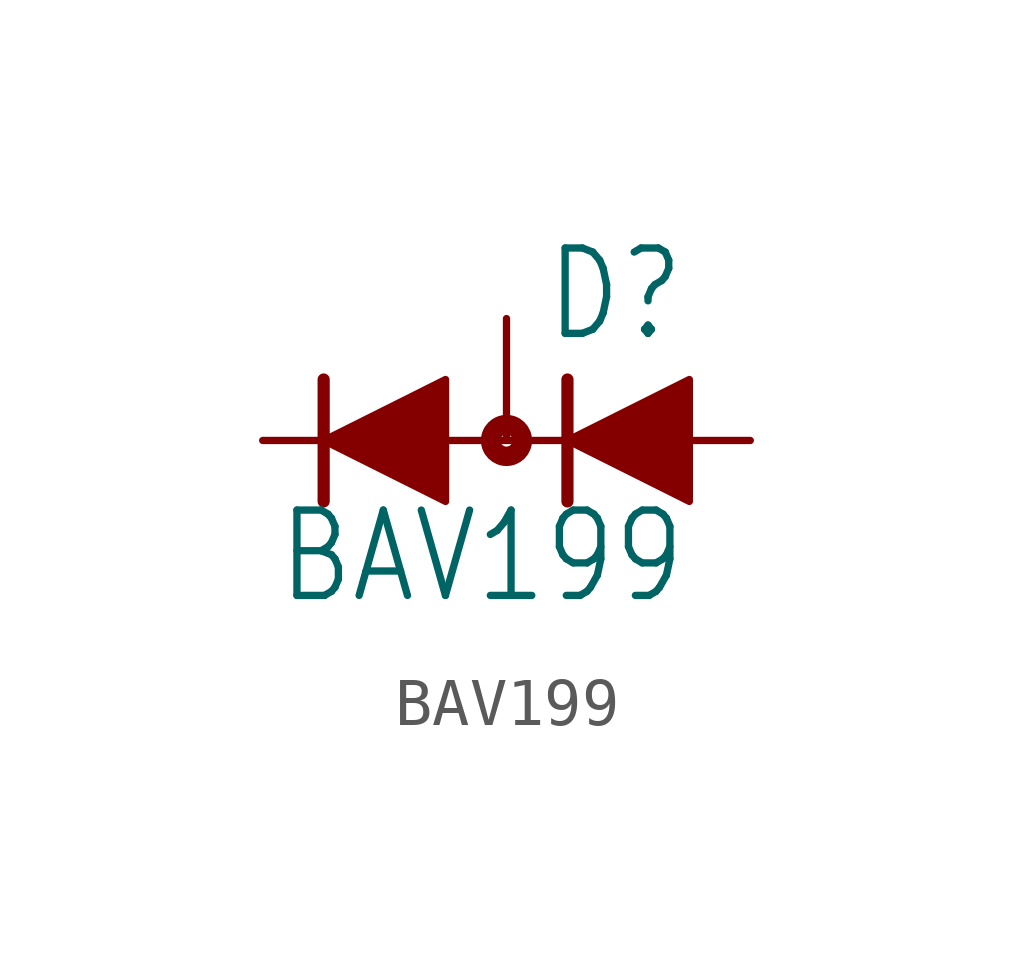
<source format=kicad_sym>
(kicad_symbol_lib
  (version 20231120)
  (generator "kicad_symbol_editor")
  (generator_version "8.0")
  (symbol "BAV199"
    (property "Reference" "D"
      (at 0.762 2.007 0)
      (effects (font (size 1.778 1.511)) (justify left bottom)))
    (property "Value" "BAV199"
      (at -4.826 -3.454 0)
      (effects (font (size 1.778 1.511)) (justify left bottom)))
    (symbol "BAV199_1_0"
      (polyline (pts (xy -3.81 -1.27) (xy -3.81 0)) (stroke (width 0.254) (type solid)) (fill (type none)))
      (polyline (pts (xy -3.81 0) (xy -3.81 1.27)) (stroke (width 0.254) (type solid)) (fill (type none)))
      (polyline (pts (xy -3.81 0) (xy 1.27 0)) (stroke (width 0.152) (type solid)) (fill (type none)))
      (polyline (pts (xy -2.54 0) (xy -3.81 0)) (stroke (width 0.152) (type solid)) (fill (type none)))
      (polyline (pts (xy 1.27 -1.27) (xy 1.27 0)) (stroke (width 0.254) (type solid)) (fill (type none)))
      (polyline (pts (xy 1.27 0) (xy 1.27 1.27)) (stroke (width 0.254) (type solid)) (fill (type none)))
      (polyline (pts (xy 2.54 0) (xy 1.27 0)) (stroke (width 0.152) (type solid)) (fill (type none)))
      (polyline (pts (xy -3.81 0) (xy -1.27 1.27) (xy -1.27 -1.27) (xy -3.81 0)) (stroke (width 0) (type default)) (fill (type outline)))
      (polyline (pts (xy 1.27 0) (xy 3.81 1.27) (xy 3.81 -1.27) (xy 1.27 0)) (stroke (width 0) (type default)) (fill (type outline)))
      (circle (center 0 0) (radius 0.127) (stroke (width 0.406) (type solid)) (fill (type none)))
      (pin passive line (at 5.08 0 180) (length 2.54) (name "A" (effects (font (size 0 0)))) (number "1" (effects (font (size 0 0)))))
      (pin passive line (at -5.08 0 0) (length 2.54) (name "C" (effects (font (size 0 0)))) (number "2" (effects (font (size 0 0)))))
      (pin passive line (at 0 2.54 270) (length 2.54) (name "AC" (effects (font (size 0 0)))) (number "3" (effects (font (size 0 0))))))))
</source>
